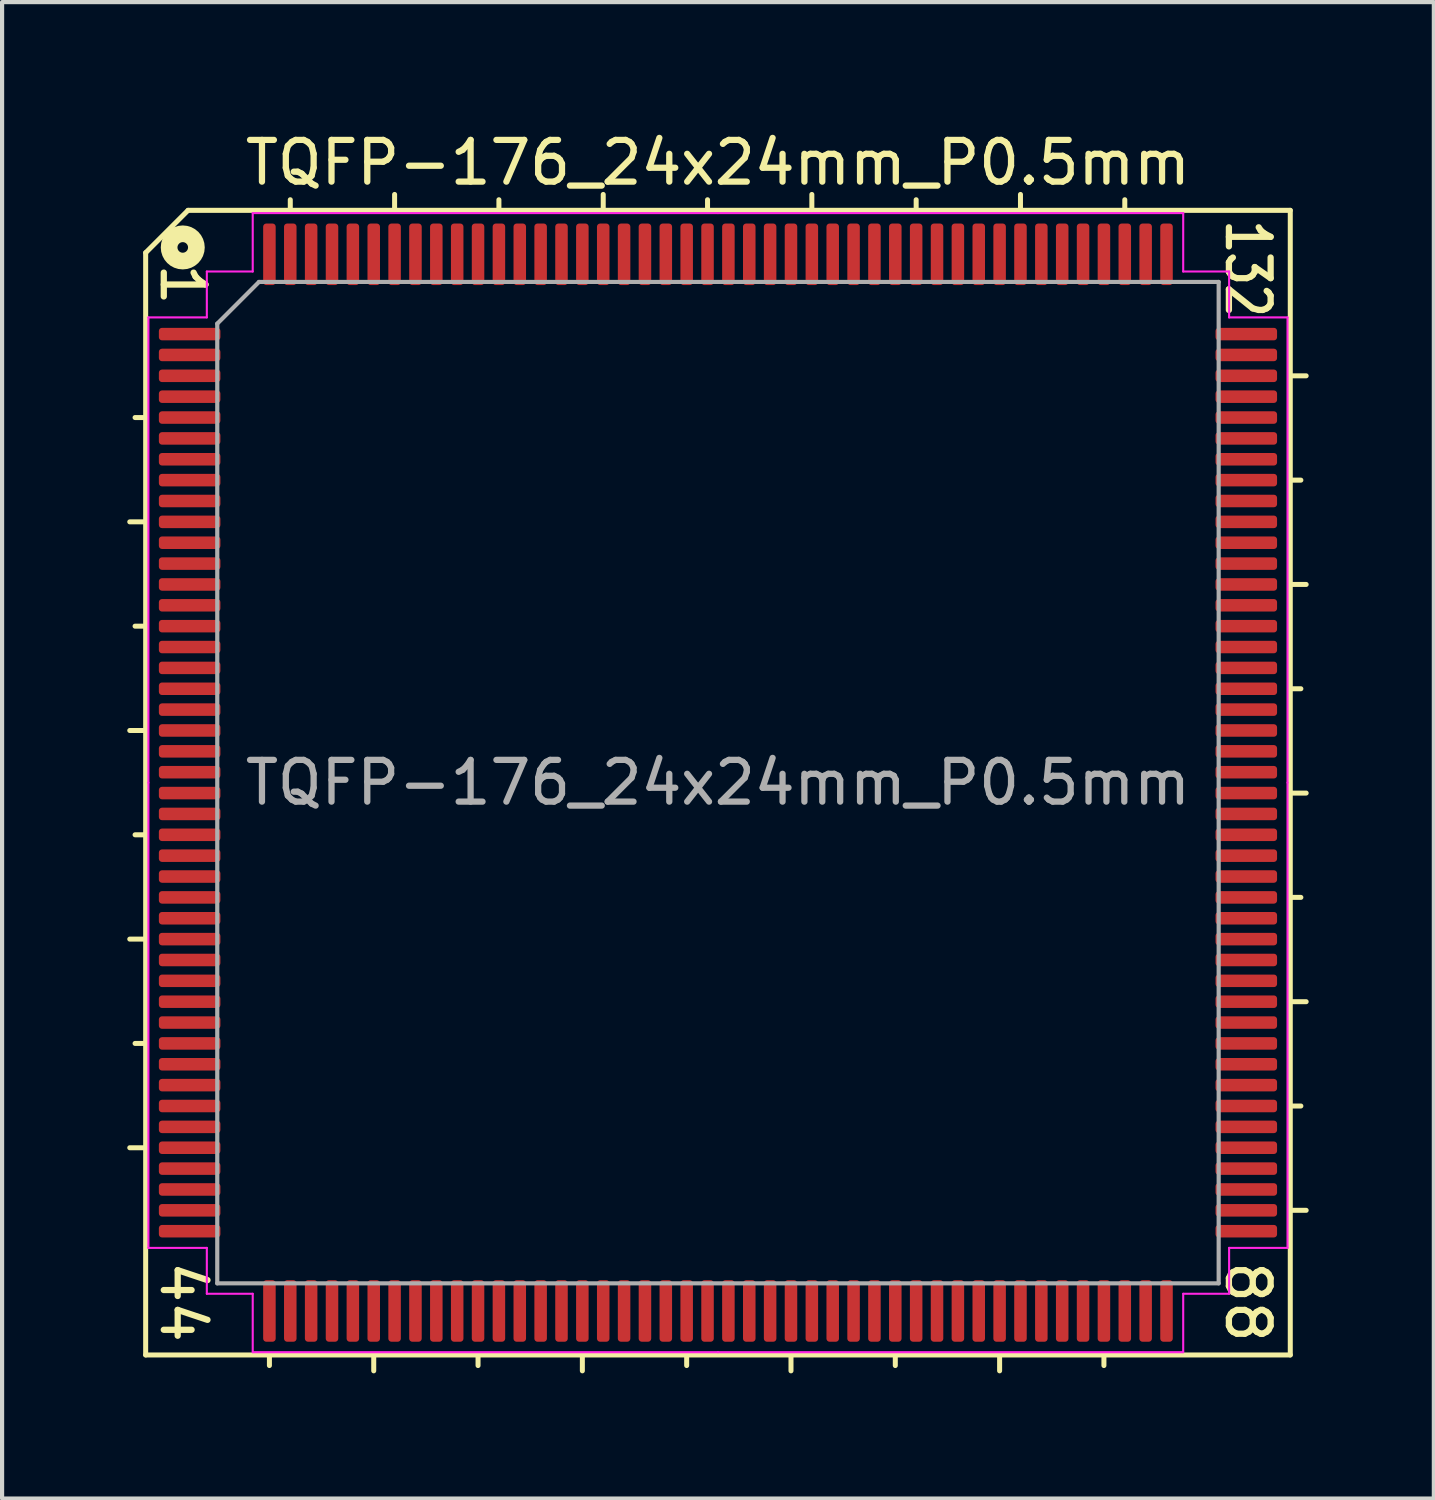
<source format=kicad_pcb>
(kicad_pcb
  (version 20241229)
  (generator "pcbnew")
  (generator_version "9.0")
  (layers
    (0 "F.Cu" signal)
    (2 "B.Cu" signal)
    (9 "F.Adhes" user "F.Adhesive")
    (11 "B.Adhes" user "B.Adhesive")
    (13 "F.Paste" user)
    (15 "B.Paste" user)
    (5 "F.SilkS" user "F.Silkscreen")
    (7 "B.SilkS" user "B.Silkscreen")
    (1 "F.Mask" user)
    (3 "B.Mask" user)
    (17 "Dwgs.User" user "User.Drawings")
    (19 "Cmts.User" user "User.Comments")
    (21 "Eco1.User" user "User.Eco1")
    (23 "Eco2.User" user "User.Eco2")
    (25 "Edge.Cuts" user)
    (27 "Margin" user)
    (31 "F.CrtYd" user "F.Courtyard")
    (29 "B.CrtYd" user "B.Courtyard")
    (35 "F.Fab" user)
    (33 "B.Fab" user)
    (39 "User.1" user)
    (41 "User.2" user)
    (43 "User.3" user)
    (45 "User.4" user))
  (footprint "TQFP-176_24x24mm_P0.5mm"
    (layer "F.Cu")
    (at 14.157 15.707)
    (property "Reference" "TQFP-176_24x24mm_P0.5mm" (at 0 -14.859 0) (layer "F.SilkS") (effects (font (size 1 1) (thickness 0.15))))
    (attr smd)
    (fp_line (start -13.716 -12.7) (end -13.716 13.716) (stroke (width 0.12) (type solid)) (layer "F.SilkS"))
    (fp_line (start -13.716 -8.75) (end -13.97 -8.75) (stroke (width 0.12) (type solid)) (layer "F.SilkS"))
    (fp_line (start -13.716 -6.25) (end -14.097 -6.25) (stroke (width 0.12) (type solid)) (layer "F.SilkS"))
    (fp_line (start -13.716 -3.75) (end -13.97 -3.75) (stroke (width 0.12) (type solid)) (layer "F.SilkS"))
    (fp_line (start -13.716 -1.25) (end -14.097 -1.25) (stroke (width 0.12) (type solid)) (layer "F.SilkS"))
    (fp_line (start -13.716 1.25) (end -13.97 1.25) (stroke (width 0.12) (type solid)) (layer "F.SilkS"))
    (fp_line (start -13.716 3.75) (end -14.097 3.75) (stroke (width 0.12) (type solid)) (layer "F.SilkS"))
    (fp_line (start -13.716 6.25) (end -13.97 6.25) (stroke (width 0.12) (type solid)) (layer "F.SilkS"))
    (fp_line (start -13.716 8.75) (end -14.097 8.75) (stroke (width 0.12) (type solid)) (layer "F.SilkS"))
    (fp_line (start -13.716 13.716) (end 13.716 13.716) (stroke (width 0.12) (type solid)) (layer "F.SilkS"))
    (fp_line (start -12.7 -13.716) (end -13.716 -12.7) (stroke (width 0.12) (type solid)) (layer "F.SilkS"))
    (fp_line (start -10.75 13.716) (end -10.75 13.97) (stroke (width 0.12) (type solid)) (layer "F.SilkS"))
    (fp_line (start -10.25 -13.716) (end -10.25 -13.97) (stroke (width 0.12) (type solid)) (layer "F.SilkS"))
    (fp_line (start -8.25 13.716) (end -8.25 14.097) (stroke (width 0.12) (type solid)) (layer "F.SilkS"))
    (fp_line (start -7.75 -13.716) (end -7.75 -14.097) (stroke (width 0.12) (type solid)) (layer "F.SilkS"))
    (fp_line (start -5.75 13.716) (end -5.75 13.97) (stroke (width 0.12) (type solid)) (layer "F.SilkS"))
    (fp_line (start -5.25 -13.716) (end -5.25 -13.97) (stroke (width 0.12) (type solid)) (layer "F.SilkS"))
    (fp_line (start -3.25 13.716) (end -3.25 14.097) (stroke (width 0.12) (type solid)) (layer "F.SilkS"))
    (fp_line (start -2.75 -13.716) (end -2.75 -14.097) (stroke (width 0.12) (type solid)) (layer "F.SilkS"))
    (fp_line (start -0.75 13.716) (end -0.75 13.97) (stroke (width 0.12) (type solid)) (layer "F.SilkS"))
    (fp_line (start -0.25 -13.716) (end -0.25 -13.97) (stroke (width 0.12) (type solid)) (layer "F.SilkS"))
    (fp_line (start 1.75 13.716) (end 1.75 14.097) (stroke (width 0.12) (type solid)) (layer "F.SilkS"))
    (fp_line (start 2.25 -13.716) (end 2.25 -14.097) (stroke (width 0.12) (type solid)) (layer "F.SilkS"))
    (fp_line (start 4.25 13.716) (end 4.25 13.97) (stroke (width 0.12) (type solid)) (layer "F.SilkS"))
    (fp_line (start 4.75 -13.716) (end 4.75 -13.97) (stroke (width 0.12) (type solid)) (layer "F.SilkS"))
    (fp_line (start 6.75 13.716) (end 6.75 14.097) (stroke (width 0.12) (type solid)) (layer "F.SilkS"))
    (fp_line (start 7.25 -13.716) (end 7.25 -14.097) (stroke (width 0.12) (type solid)) (layer "F.SilkS"))
    (fp_line (start 9.25 13.716) (end 9.25 13.97) (stroke (width 0.12) (type solid)) (layer "F.SilkS"))
    (fp_line (start 9.75 -13.716) (end 9.75 -13.97) (stroke (width 0.12) (type solid)) (layer "F.SilkS"))
    (fp_line (start 13.716 -13.716) (end -12.7 -13.716) (stroke (width 0.12) (type solid)) (layer "F.SilkS"))
    (fp_line (start 13.716 -9.75) (end 14.097 -9.75) (stroke (width 0.12) (type solid)) (layer "F.SilkS"))
    (fp_line (start 13.716 -7.25) (end 13.97 -7.25) (stroke (width 0.12) (type solid)) (layer "F.SilkS"))
    (fp_line (start 13.716 -4.75) (end 14.097 -4.75) (stroke (width 0.12) (type solid)) (layer "F.SilkS"))
    (fp_line (start 13.716 -2.25) (end 13.97 -2.25) (stroke (width 0.12) (type solid)) (layer "F.SilkS"))
    (fp_line (start 13.716 0.25) (end 14.097 0.25) (stroke (width 0.12) (type solid)) (layer "F.SilkS"))
    (fp_line (start 13.716 2.75) (end 13.97 2.75) (stroke (width 0.12) (type solid)) (layer "F.SilkS"))
    (fp_line (start 13.716 5.25) (end 14.097 5.25) (stroke (width 0.12) (type solid)) (layer "F.SilkS"))
    (fp_line (start 13.716 7.75) (end 13.97 7.75) (stroke (width 0.12) (type solid)) (layer "F.SilkS"))
    (fp_line (start 13.716 13.716) (end 13.716 -13.716) (stroke (width 0.12) (type solid)) (layer "F.SilkS"))
    (fp_line (start 14.097 10.25) (end 13.716 10.25) (stroke (width 0.12) (type solid)) (layer "F.SilkS"))
    (fp_circle (center -12.827 -12.827) (end -12.7 -12.827) (stroke (width 0.4) (type solid)) (fill no) (layer "F.SilkS"))
    (fp_line (start -13.65 -11.15) (end -13.65 0) (stroke (width 0.05) (type solid)) (layer "F.CrtYd"))
    (fp_line (start -13.65 11.15) (end -13.65 0) (stroke (width 0.05) (type solid)) (layer "F.CrtYd"))
    (fp_line (start -12.25 -12.25) (end -12.25 -11.15) (stroke (width 0.05) (type solid)) (layer "F.CrtYd"))
    (fp_line (start -12.25 -11.15) (end -13.65 -11.15) (stroke (width 0.05) (type solid)) (layer "F.CrtYd"))
    (fp_line (start -12.25 11.15) (end -13.65 11.15) (stroke (width 0.05) (type solid)) (layer "F.CrtYd"))
    (fp_line (start -12.25 12.25) (end -12.25 11.15) (stroke (width 0.05) (type solid)) (layer "F.CrtYd"))
    (fp_line (start -11.15 -13.65) (end -11.15 -12.25) (stroke (width 0.05) (type solid)) (layer "F.CrtYd"))
    (fp_line (start -11.15 -12.25) (end -12.25 -12.25) (stroke (width 0.05) (type solid)) (layer "F.CrtYd"))
    (fp_line (start -11.15 12.25) (end -12.25 12.25) (stroke (width 0.05) (type solid)) (layer "F.CrtYd"))
    (fp_line (start -11.15 13.65) (end -11.15 12.25) (stroke (width 0.05) (type solid)) (layer "F.CrtYd"))
    (fp_line (start 0 -13.65) (end -11.15 -13.65) (stroke (width 0.05) (type solid)) (layer "F.CrtYd"))
    (fp_line (start 0 -13.65) (end 11.15 -13.65) (stroke (width 0.05) (type solid)) (layer "F.CrtYd"))
    (fp_line (start 0 13.65) (end -11.15 13.65) (stroke (width 0.05) (type solid)) (layer "F.CrtYd"))
    (fp_line (start 0 13.65) (end 11.15 13.65) (stroke (width 0.05) (type solid)) (layer "F.CrtYd"))
    (fp_line (start 11.15 -13.65) (end 11.15 -12.25) (stroke (width 0.05) (type solid)) (layer "F.CrtYd"))
    (fp_line (start 11.15 -12.25) (end 12.25 -12.25) (stroke (width 0.05) (type solid)) (layer "F.CrtYd"))
    (fp_line (start 11.15 12.25) (end 12.25 12.25) (stroke (width 0.05) (type solid)) (layer "F.CrtYd"))
    (fp_line (start 11.15 13.65) (end 11.15 12.25) (stroke (width 0.05) (type solid)) (layer "F.CrtYd"))
    (fp_line (start 12.25 -12.25) (end 12.25 -11.15) (stroke (width 0.05) (type solid)) (layer "F.CrtYd"))
    (fp_line (start 12.25 -11.15) (end 13.65 -11.15) (stroke (width 0.05) (type solid)) (layer "F.CrtYd"))
    (fp_line (start 12.25 11.15) (end 13.65 11.15) (stroke (width 0.05) (type solid)) (layer "F.CrtYd"))
    (fp_line (start 12.25 12.25) (end 12.25 11.15) (stroke (width 0.05) (type solid)) (layer "F.CrtYd"))
    (fp_line (start 13.65 -11.15) (end 13.65 0) (stroke (width 0.05) (type solid)) (layer "F.CrtYd"))
    (fp_line (start 13.65 11.15) (end 13.65 0) (stroke (width 0.05) (type solid)) (layer "F.CrtYd"))
    (fp_line (start -12 -11) (end -11 -12) (stroke (width 0.1) (type solid)) (layer "F.Fab"))
    (fp_line (start -12 12) (end -12 -11) (stroke (width 0.1) (type solid)) (layer "F.Fab"))
    (fp_line (start -11 -12) (end 12 -12) (stroke (width 0.1) (type solid)) (layer "F.Fab"))
    (fp_line (start 12 -12) (end 12 12) (stroke (width 0.1) (type solid)) (layer "F.Fab"))
    (fp_line (start 12 12) (end -12 12) (stroke (width 0.1) (type solid)) (layer "F.Fab"))
    (fp_text user "44" (at -12.827 12.446 270) (unlocked yes) (layer "F.SilkS") (effects (font (size 1 1) (thickness 0.15))))
    (fp_text user "132" (at 12.7 -12.319 270) (unlocked yes) (layer "F.SilkS") (effects (font (size 1 0.8) (thickness 0.15))))
    (fp_text user "88" (at 12.7 12.446 270) (unlocked yes) (layer "F.SilkS") (effects (font (size 1 1) (thickness 0.15))))
    (fp_text user "1" (at -12.827 -11.938 270) (unlocked yes) (layer "F.SilkS") (effects (font (size 1 1) (thickness 0.15))))
    (fp_text user "${REFERENCE}" (at 0 0 0) (layer "F.Fab") (effects (font (size 1 1) (thickness 0.15))))
    (pad "1" smd roundrect (at -12.662 -10.75) (size 1.475 0.3) (layers "F.Cu" "F.Mask" "F.Paste") (roundrect_rratio 0.25))
    (pad "2" smd roundrect (at -12.662 -10.25) (size 1.475 0.3) (layers "F.Cu" "F.Mask" "F.Paste") (roundrect_rratio 0.25))
    (pad "3" smd roundrect (at -12.662 -9.75) (size 1.475 0.3) (layers "F.Cu" "F.Mask" "F.Paste") (roundrect_rratio 0.25))
    (pad "4" smd roundrect (at -12.662 -9.25) (size 1.475 0.3) (layers "F.Cu" "F.Mask" "F.Paste") (roundrect_rratio 0.25))
    (pad "5" smd roundrect (at -12.662 -8.75) (size 1.475 0.3) (layers "F.Cu" "F.Mask" "F.Paste") (roundrect_rratio 0.25))
    (pad "6" smd roundrect (at -12.662 -8.25) (size 1.475 0.3) (layers "F.Cu" "F.Mask" "F.Paste") (roundrect_rratio 0.25))
    (pad "7" smd roundrect (at -12.662 -7.75) (size 1.475 0.3) (layers "F.Cu" "F.Mask" "F.Paste") (roundrect_rratio 0.25))
    (pad "8" smd roundrect (at -12.662 -7.25) (size 1.475 0.3) (layers "F.Cu" "F.Mask" "F.Paste") (roundrect_rratio 0.25))
    (pad "9" smd roundrect (at -12.662 -6.75) (size 1.475 0.3) (layers "F.Cu" "F.Mask" "F.Paste") (roundrect_rratio 0.25))
    (pad "10" smd roundrect (at -12.662 -6.25) (size 1.475 0.3) (layers "F.Cu" "F.Mask" "F.Paste") (roundrect_rratio 0.25))
    (pad "11" smd roundrect (at -12.662 -5.75) (size 1.475 0.3) (layers "F.Cu" "F.Mask" "F.Paste") (roundrect_rratio 0.25))
    (pad "12" smd roundrect (at -12.662 -5.25) (size 1.475 0.3) (layers "F.Cu" "F.Mask" "F.Paste") (roundrect_rratio 0.25))
    (pad "13" smd roundrect (at -12.662 -4.75) (size 1.475 0.3) (layers "F.Cu" "F.Mask" "F.Paste") (roundrect_rratio 0.25))
    (pad "14" smd roundrect (at -12.662 -4.25) (size 1.475 0.3) (layers "F.Cu" "F.Mask" "F.Paste") (roundrect_rratio 0.25))
    (pad "15" smd roundrect (at -12.662 -3.75) (size 1.475 0.3) (layers "F.Cu" "F.Mask" "F.Paste") (roundrect_rratio 0.25))
    (pad "16" smd roundrect (at -12.662 -3.25) (size 1.475 0.3) (layers "F.Cu" "F.Mask" "F.Paste") (roundrect_rratio 0.25))
    (pad "17" smd roundrect (at -12.662 -2.75) (size 1.475 0.3) (layers "F.Cu" "F.Mask" "F.Paste") (roundrect_rratio 0.25))
    (pad "18" smd roundrect (at -12.662 -2.25) (size 1.475 0.3) (layers "F.Cu" "F.Mask" "F.Paste") (roundrect_rratio 0.25))
    (pad "19" smd roundrect (at -12.662 -1.75) (size 1.475 0.3) (layers "F.Cu" "F.Mask" "F.Paste") (roundrect_rratio 0.25))
    (pad "20" smd roundrect (at -12.662 -1.25) (size 1.475 0.3) (layers "F.Cu" "F.Mask" "F.Paste") (roundrect_rratio 0.25))
    (pad "21" smd roundrect (at -12.662 -0.75) (size 1.475 0.3) (layers "F.Cu" "F.Mask" "F.Paste") (roundrect_rratio 0.25))
    (pad "22" smd roundrect (at -12.662 -0.25) (size 1.475 0.3) (layers "F.Cu" "F.Mask" "F.Paste") (roundrect_rratio 0.25))
    (pad "23" smd roundrect (at -12.662 0.25) (size 1.475 0.3) (layers "F.Cu" "F.Mask" "F.Paste") (roundrect_rratio 0.25))
    (pad "24" smd roundrect (at -12.662 0.75) (size 1.475 0.3) (layers "F.Cu" "F.Mask" "F.Paste") (roundrect_rratio 0.25))
    (pad "25" smd roundrect (at -12.662 1.25) (size 1.475 0.3) (layers "F.Cu" "F.Mask" "F.Paste") (roundrect_rratio 0.25))
    (pad "26" smd roundrect (at -12.662 1.75) (size 1.475 0.3) (layers "F.Cu" "F.Mask" "F.Paste") (roundrect_rratio 0.25))
    (pad "27" smd roundrect (at -12.662 2.25) (size 1.475 0.3) (layers "F.Cu" "F.Mask" "F.Paste") (roundrect_rratio 0.25))
    (pad "28" smd roundrect (at -12.662 2.75) (size 1.475 0.3) (layers "F.Cu" "F.Mask" "F.Paste") (roundrect_rratio 0.25))
    (pad "29" smd roundrect (at -12.662 3.25) (size 1.475 0.3) (layers "F.Cu" "F.Mask" "F.Paste") (roundrect_rratio 0.25))
    (pad "30" smd roundrect (at -12.662 3.75) (size 1.475 0.3) (layers "F.Cu" "F.Mask" "F.Paste") (roundrect_rratio 0.25))
    (pad "31" smd roundrect (at -12.662 4.25) (size 1.475 0.3) (layers "F.Cu" "F.Mask" "F.Paste") (roundrect_rratio 0.25))
    (pad "32" smd roundrect (at -12.662 4.75) (size 1.475 0.3) (layers "F.Cu" "F.Mask" "F.Paste") (roundrect_rratio 0.25))
    (pad "33" smd roundrect (at -12.662 5.25) (size 1.475 0.3) (layers "F.Cu" "F.Mask" "F.Paste") (roundrect_rratio 0.25))
    (pad "34" smd roundrect (at -12.662 5.75) (size 1.475 0.3) (layers "F.Cu" "F.Mask" "F.Paste") (roundrect_rratio 0.25))
    (pad "35" smd roundrect (at -12.662 6.25) (size 1.475 0.3) (layers "F.Cu" "F.Mask" "F.Paste") (roundrect_rratio 0.25))
    (pad "36" smd roundrect (at -12.662 6.75) (size 1.475 0.3) (layers "F.Cu" "F.Mask" "F.Paste") (roundrect_rratio 0.25))
    (pad "37" smd roundrect (at -12.662 7.25) (size 1.475 0.3) (layers "F.Cu" "F.Mask" "F.Paste") (roundrect_rratio 0.25))
    (pad "38" smd roundrect (at -12.662 7.75) (size 1.475 0.3) (layers "F.Cu" "F.Mask" "F.Paste") (roundrect_rratio 0.25))
    (pad "39" smd roundrect (at -12.662 8.25) (size 1.475 0.3) (layers "F.Cu" "F.Mask" "F.Paste") (roundrect_rratio 0.25))
    (pad "40" smd roundrect (at -12.662 8.75) (size 1.475 0.3) (layers "F.Cu" "F.Mask" "F.Paste") (roundrect_rratio 0.25))
    (pad "41" smd roundrect (at -12.662 9.25) (size 1.475 0.3) (layers "F.Cu" "F.Mask" "F.Paste") (roundrect_rratio 0.25))
    (pad "42" smd roundrect (at -12.662 9.75) (size 1.475 0.3) (layers "F.Cu" "F.Mask" "F.Paste") (roundrect_rratio 0.25))
    (pad "43" smd roundrect (at -12.662 10.25) (size 1.475 0.3) (layers "F.Cu" "F.Mask" "F.Paste") (roundrect_rratio 0.25))
    (pad "44" smd roundrect (at -12.662 10.75) (size 1.475 0.3) (layers "F.Cu" "F.Mask" "F.Paste") (roundrect_rratio 0.25))
    (pad "45" smd roundrect (at -10.75 12.662) (size 0.3 1.475) (layers "F.Cu" "F.Mask" "F.Paste") (roundrect_rratio 0.25))
    (pad "46" smd roundrect (at -10.25 12.662) (size 0.3 1.475) (layers "F.Cu" "F.Mask" "F.Paste") (roundrect_rratio 0.25))
    (pad "47" smd roundrect (at -9.75 12.662) (size 0.3 1.475) (layers "F.Cu" "F.Mask" "F.Paste") (roundrect_rratio 0.25))
    (pad "48" smd roundrect (at -9.25 12.662) (size 0.3 1.475) (layers "F.Cu" "F.Mask" "F.Paste") (roundrect_rratio 0.25))
    (pad "49" smd roundrect (at -8.75 12.662) (size 0.3 1.475) (layers "F.Cu" "F.Mask" "F.Paste") (roundrect_rratio 0.25))
    (pad "50" smd roundrect (at -8.25 12.662) (size 0.3 1.475) (layers "F.Cu" "F.Mask" "F.Paste") (roundrect_rratio 0.25))
    (pad "51" smd roundrect (at -7.75 12.662) (size 0.3 1.475) (layers "F.Cu" "F.Mask" "F.Paste") (roundrect_rratio 0.25))
    (pad "52" smd roundrect (at -7.25 12.662) (size 0.3 1.475) (layers "F.Cu" "F.Mask" "F.Paste") (roundrect_rratio 0.25))
    (pad "53" smd roundrect (at -6.75 12.662) (size 0.3 1.475) (layers "F.Cu" "F.Mask" "F.Paste") (roundrect_rratio 0.25))
    (pad "54" smd roundrect (at -6.25 12.662) (size 0.3 1.475) (layers "F.Cu" "F.Mask" "F.Paste") (roundrect_rratio 0.25))
    (pad "55" smd roundrect (at -5.75 12.662) (size 0.3 1.475) (layers "F.Cu" "F.Mask" "F.Paste") (roundrect_rratio 0.25))
    (pad "56" smd roundrect (at -5.25 12.662) (size 0.3 1.475) (layers "F.Cu" "F.Mask" "F.Paste") (roundrect_rratio 0.25))
    (pad "57" smd roundrect (at -4.75 12.662) (size 0.3 1.475) (layers "F.Cu" "F.Mask" "F.Paste") (roundrect_rratio 0.25))
    (pad "58" smd roundrect (at -4.25 12.662) (size 0.3 1.475) (layers "F.Cu" "F.Mask" "F.Paste") (roundrect_rratio 0.25))
    (pad "59" smd roundrect (at -3.75 12.662) (size 0.3 1.475) (layers "F.Cu" "F.Mask" "F.Paste") (roundrect_rratio 0.25))
    (pad "60" smd roundrect (at -3.25 12.662) (size 0.3 1.475) (layers "F.Cu" "F.Mask" "F.Paste") (roundrect_rratio 0.25))
    (pad "61" smd roundrect (at -2.75 12.662) (size 0.3 1.475) (layers "F.Cu" "F.Mask" "F.Paste") (roundrect_rratio 0.25))
    (pad "62" smd roundrect (at -2.25 12.662) (size 0.3 1.475) (layers "F.Cu" "F.Mask" "F.Paste") (roundrect_rratio 0.25))
    (pad "63" smd roundrect (at -1.75 12.662) (size 0.3 1.475) (layers "F.Cu" "F.Mask" "F.Paste") (roundrect_rratio 0.25))
    (pad "64" smd roundrect (at -1.25 12.662) (size 0.3 1.475) (layers "F.Cu" "F.Mask" "F.Paste") (roundrect_rratio 0.25))
    (pad "65" smd roundrect (at -0.75 12.662) (size 0.3 1.475) (layers "F.Cu" "F.Mask" "F.Paste") (roundrect_rratio 0.25))
    (pad "66" smd roundrect (at -0.25 12.662) (size 0.3 1.475) (layers "F.Cu" "F.Mask" "F.Paste") (roundrect_rratio 0.25))
    (pad "67" smd roundrect (at 0.25 12.662) (size 0.3 1.475) (layers "F.Cu" "F.Mask" "F.Paste") (roundrect_rratio 0.25))
    (pad "68" smd roundrect (at 0.75 12.662) (size 0.3 1.475) (layers "F.Cu" "F.Mask" "F.Paste") (roundrect_rratio 0.25))
    (pad "69" smd roundrect (at 1.25 12.662) (size 0.3 1.475) (layers "F.Cu" "F.Mask" "F.Paste") (roundrect_rratio 0.25))
    (pad "70" smd roundrect (at 1.75 12.662) (size 0.3 1.475) (layers "F.Cu" "F.Mask" "F.Paste") (roundrect_rratio 0.25))
    (pad "71" smd roundrect (at 2.25 12.662) (size 0.3 1.475) (layers "F.Cu" "F.Mask" "F.Paste") (roundrect_rratio 0.25))
    (pad "72" smd roundrect (at 2.75 12.662) (size 0.3 1.475) (layers "F.Cu" "F.Mask" "F.Paste") (roundrect_rratio 0.25))
    (pad "73" smd roundrect (at 3.25 12.662) (size 0.3 1.475) (layers "F.Cu" "F.Mask" "F.Paste") (roundrect_rratio 0.25))
    (pad "74" smd roundrect (at 3.75 12.662) (size 0.3 1.475) (layers "F.Cu" "F.Mask" "F.Paste") (roundrect_rratio 0.25))
    (pad "75" smd roundrect (at 4.25 12.662) (size 0.3 1.475) (layers "F.Cu" "F.Mask" "F.Paste") (roundrect_rratio 0.25))
    (pad "76" smd roundrect (at 4.75 12.662) (size 0.3 1.475) (layers "F.Cu" "F.Mask" "F.Paste") (roundrect_rratio 0.25))
    (pad "77" smd roundrect (at 5.25 12.662) (size 0.3 1.475) (layers "F.Cu" "F.Mask" "F.Paste") (roundrect_rratio 0.25))
    (pad "78" smd roundrect (at 5.75 12.662) (size 0.3 1.475) (layers "F.Cu" "F.Mask" "F.Paste") (roundrect_rratio 0.25))
    (pad "79" smd roundrect (at 6.25 12.662) (size 0.3 1.475) (layers "F.Cu" "F.Mask" "F.Paste") (roundrect_rratio 0.25))
    (pad "80" smd roundrect (at 6.75 12.662) (size 0.3 1.475) (layers "F.Cu" "F.Mask" "F.Paste") (roundrect_rratio 0.25))
    (pad "81" smd roundrect (at 7.25 12.662) (size 0.3 1.475) (layers "F.Cu" "F.Mask" "F.Paste") (roundrect_rratio 0.25))
    (pad "82" smd roundrect (at 7.75 12.662) (size 0.3 1.475) (layers "F.Cu" "F.Mask" "F.Paste") (roundrect_rratio 0.25))
    (pad "83" smd roundrect (at 8.25 12.662) (size 0.3 1.475) (layers "F.Cu" "F.Mask" "F.Paste") (roundrect_rratio 0.25))
    (pad "84" smd roundrect (at 8.75 12.662) (size 0.3 1.475) (layers "F.Cu" "F.Mask" "F.Paste") (roundrect_rratio 0.25))
    (pad "85" smd roundrect (at 9.25 12.662) (size 0.3 1.475) (layers "F.Cu" "F.Mask" "F.Paste") (roundrect_rratio 0.25))
    (pad "86" smd roundrect (at 9.75 12.662) (size 0.3 1.475) (layers "F.Cu" "F.Mask" "F.Paste") (roundrect_rratio 0.25))
    (pad "87" smd roundrect (at 10.25 12.662) (size 0.3 1.475) (layers "F.Cu" "F.Mask" "F.Paste") (roundrect_rratio 0.25))
    (pad "88" smd roundrect (at 10.75 12.662) (size 0.3 1.475) (layers "F.Cu" "F.Mask" "F.Paste") (roundrect_rratio 0.25))
    (pad "89" smd roundrect (at 12.662 10.75) (size 1.475 0.3) (layers "F.Cu" "F.Mask" "F.Paste") (roundrect_rratio 0.25))
    (pad "90" smd roundrect (at 12.662 10.25) (size 1.475 0.3) (layers "F.Cu" "F.Mask" "F.Paste") (roundrect_rratio 0.25))
    (pad "91" smd roundrect (at 12.662 9.75) (size 1.475 0.3) (layers "F.Cu" "F.Mask" "F.Paste") (roundrect_rratio 0.25))
    (pad "92" smd roundrect (at 12.662 9.25) (size 1.475 0.3) (layers "F.Cu" "F.Mask" "F.Paste") (roundrect_rratio 0.25))
    (pad "93" smd roundrect (at 12.662 8.75) (size 1.475 0.3) (layers "F.Cu" "F.Mask" "F.Paste") (roundrect_rratio 0.25))
    (pad "94" smd roundrect (at 12.662 8.25) (size 1.475 0.3) (layers "F.Cu" "F.Mask" "F.Paste") (roundrect_rratio 0.25))
    (pad "95" smd roundrect (at 12.662 7.75) (size 1.475 0.3) (layers "F.Cu" "F.Mask" "F.Paste") (roundrect_rratio 0.25))
    (pad "96" smd roundrect (at 12.662 7.25) (size 1.475 0.3) (layers "F.Cu" "F.Mask" "F.Paste") (roundrect_rratio 0.25))
    (pad "97" smd roundrect (at 12.662 6.75) (size 1.475 0.3) (layers "F.Cu" "F.Mask" "F.Paste") (roundrect_rratio 0.25))
    (pad "98" smd roundrect (at 12.662 6.25) (size 1.475 0.3) (layers "F.Cu" "F.Mask" "F.Paste") (roundrect_rratio 0.25))
    (pad "99" smd roundrect (at 12.662 5.75) (size 1.475 0.3) (layers "F.Cu" "F.Mask" "F.Paste") (roundrect_rratio 0.25))
    (pad "100" smd roundrect (at 12.662 5.25) (size 1.475 0.3) (layers "F.Cu" "F.Mask" "F.Paste") (roundrect_rratio 0.25))
    (pad "101" smd roundrect (at 12.662 4.75) (size 1.475 0.3) (layers "F.Cu" "F.Mask" "F.Paste") (roundrect_rratio 0.25))
    (pad "102" smd roundrect (at 12.662 4.25) (size 1.475 0.3) (layers "F.Cu" "F.Mask" "F.Paste") (roundrect_rratio 0.25))
    (pad "103" smd roundrect (at 12.662 3.75) (size 1.475 0.3) (layers "F.Cu" "F.Mask" "F.Paste") (roundrect_rratio 0.25))
    (pad "104" smd roundrect (at 12.662 3.25) (size 1.475 0.3) (layers "F.Cu" "F.Mask" "F.Paste") (roundrect_rratio 0.25))
    (pad "105" smd roundrect (at 12.662 2.75) (size 1.475 0.3) (layers "F.Cu" "F.Mask" "F.Paste") (roundrect_rratio 0.25))
    (pad "106" smd roundrect (at 12.662 2.25) (size 1.475 0.3) (layers "F.Cu" "F.Mask" "F.Paste") (roundrect_rratio 0.25))
    (pad "107" smd roundrect (at 12.662 1.75) (size 1.475 0.3) (layers "F.Cu" "F.Mask" "F.Paste") (roundrect_rratio 0.25))
    (pad "108" smd roundrect (at 12.662 1.25) (size 1.475 0.3) (layers "F.Cu" "F.Mask" "F.Paste") (roundrect_rratio 0.25))
    (pad "109" smd roundrect (at 12.662 0.75) (size 1.475 0.3) (layers "F.Cu" "F.Mask" "F.Paste") (roundrect_rratio 0.25))
    (pad "110" smd roundrect (at 12.662 0.25) (size 1.475 0.3) (layers "F.Cu" "F.Mask" "F.Paste") (roundrect_rratio 0.25))
    (pad "111" smd roundrect (at 12.662 -0.25) (size 1.475 0.3) (layers "F.Cu" "F.Mask" "F.Paste") (roundrect_rratio 0.25))
    (pad "112" smd roundrect (at 12.662 -0.75) (size 1.475 0.3) (layers "F.Cu" "F.Mask" "F.Paste") (roundrect_rratio 0.25))
    (pad "113" smd roundrect (at 12.662 -1.25) (size 1.475 0.3) (layers "F.Cu" "F.Mask" "F.Paste") (roundrect_rratio 0.25))
    (pad "114" smd roundrect (at 12.662 -1.75) (size 1.475 0.3) (layers "F.Cu" "F.Mask" "F.Paste") (roundrect_rratio 0.25))
    (pad "115" smd roundrect (at 12.662 -2.25) (size 1.475 0.3) (layers "F.Cu" "F.Mask" "F.Paste") (roundrect_rratio 0.25))
    (pad "116" smd roundrect (at 12.662 -2.75) (size 1.475 0.3) (layers "F.Cu" "F.Mask" "F.Paste") (roundrect_rratio 0.25))
    (pad "117" smd roundrect (at 12.662 -3.25) (size 1.475 0.3) (layers "F.Cu" "F.Mask" "F.Paste") (roundrect_rratio 0.25))
    (pad "118" smd roundrect (at 12.662 -3.75) (size 1.475 0.3) (layers "F.Cu" "F.Mask" "F.Paste") (roundrect_rratio 0.25))
    (pad "119" smd roundrect (at 12.662 -4.25) (size 1.475 0.3) (layers "F.Cu" "F.Mask" "F.Paste") (roundrect_rratio 0.25))
    (pad "120" smd roundrect (at 12.662 -4.75) (size 1.475 0.3) (layers "F.Cu" "F.Mask" "F.Paste") (roundrect_rratio 0.25))
    (pad "121" smd roundrect (at 12.662 -5.25) (size 1.475 0.3) (layers "F.Cu" "F.Mask" "F.Paste") (roundrect_rratio 0.25))
    (pad "122" smd roundrect (at 12.662 -5.75) (size 1.475 0.3) (layers "F.Cu" "F.Mask" "F.Paste") (roundrect_rratio 0.25))
    (pad "123" smd roundrect (at 12.662 -6.25) (size 1.475 0.3) (layers "F.Cu" "F.Mask" "F.Paste") (roundrect_rratio 0.25))
    (pad "124" smd roundrect (at 12.662 -6.75) (size 1.475 0.3) (layers "F.Cu" "F.Mask" "F.Paste") (roundrect_rratio 0.25))
    (pad "125" smd roundrect (at 12.662 -7.25) (size 1.475 0.3) (layers "F.Cu" "F.Mask" "F.Paste") (roundrect_rratio 0.25))
    (pad "126" smd roundrect (at 12.662 -7.75) (size 1.475 0.3) (layers "F.Cu" "F.Mask" "F.Paste") (roundrect_rratio 0.25))
    (pad "127" smd roundrect (at 12.662 -8.25) (size 1.475 0.3) (layers "F.Cu" "F.Mask" "F.Paste") (roundrect_rratio 0.25))
    (pad "128" smd roundrect (at 12.662 -8.75) (size 1.475 0.3) (layers "F.Cu" "F.Mask" "F.Paste") (roundrect_rratio 0.25))
    (pad "129" smd roundrect (at 12.662 -9.25) (size 1.475 0.3) (layers "F.Cu" "F.Mask" "F.Paste") (roundrect_rratio 0.25))
    (pad "130" smd roundrect (at 12.662 -9.75) (size 1.475 0.3) (layers "F.Cu" "F.Mask" "F.Paste") (roundrect_rratio 0.25))
    (pad "131" smd roundrect (at 12.662 -10.25) (size 1.475 0.3) (layers "F.Cu" "F.Mask" "F.Paste") (roundrect_rratio 0.25))
    (pad "132" smd roundrect (at 12.662 -10.75) (size 1.475 0.3) (layers "F.Cu" "F.Mask" "F.Paste") (roundrect_rratio 0.25))
    (pad "133" smd roundrect (at 10.75 -12.662) (size 0.3 1.475) (layers "F.Cu" "F.Mask" "F.Paste") (roundrect_rratio 0.25))
    (pad "134" smd roundrect (at 10.25 -12.662) (size 0.3 1.475) (layers "F.Cu" "F.Mask" "F.Paste") (roundrect_rratio 0.25))
    (pad "135" smd roundrect (at 9.75 -12.662) (size 0.3 1.475) (layers "F.Cu" "F.Mask" "F.Paste") (roundrect_rratio 0.25))
    (pad "136" smd roundrect (at 9.25 -12.662) (size 0.3 1.475) (layers "F.Cu" "F.Mask" "F.Paste") (roundrect_rratio 0.25))
    (pad "137" smd roundrect (at 8.75 -12.662) (size 0.3 1.475) (layers "F.Cu" "F.Mask" "F.Paste") (roundrect_rratio 0.25))
    (pad "138" smd roundrect (at 8.25 -12.662) (size 0.3 1.475) (layers "F.Cu" "F.Mask" "F.Paste") (roundrect_rratio 0.25))
    (pad "139" smd roundrect (at 7.75 -12.662) (size 0.3 1.475) (layers "F.Cu" "F.Mask" "F.Paste") (roundrect_rratio 0.25))
    (pad "140" smd roundrect (at 7.25 -12.662) (size 0.3 1.475) (layers "F.Cu" "F.Mask" "F.Paste") (roundrect_rratio 0.25))
    (pad "141" smd roundrect (at 6.75 -12.662) (size 0.3 1.475) (layers "F.Cu" "F.Mask" "F.Paste") (roundrect_rratio 0.25))
    (pad "142" smd roundrect (at 6.25 -12.662) (size 0.3 1.475) (layers "F.Cu" "F.Mask" "F.Paste") (roundrect_rratio 0.25))
    (pad "143" smd roundrect (at 5.75 -12.662) (size 0.3 1.475) (layers "F.Cu" "F.Mask" "F.Paste") (roundrect_rratio 0.25))
    (pad "144" smd roundrect (at 5.25 -12.662) (size 0.3 1.475) (layers "F.Cu" "F.Mask" "F.Paste") (roundrect_rratio 0.25))
    (pad "145" smd roundrect (at 4.75 -12.662) (size 0.3 1.475) (layers "F.Cu" "F.Mask" "F.Paste") (roundrect_rratio 0.25))
    (pad "146" smd roundrect (at 4.25 -12.662) (size 0.3 1.475) (layers "F.Cu" "F.Mask" "F.Paste") (roundrect_rratio 0.25))
    (pad "147" smd roundrect (at 3.75 -12.662) (size 0.3 1.475) (layers "F.Cu" "F.Mask" "F.Paste") (roundrect_rratio 0.25))
    (pad "148" smd roundrect (at 3.25 -12.662) (size 0.3 1.475) (layers "F.Cu" "F.Mask" "F.Paste") (roundrect_rratio 0.25))
    (pad "149" smd roundrect (at 2.75 -12.662) (size 0.3 1.475) (layers "F.Cu" "F.Mask" "F.Paste") (roundrect_rratio 0.25))
    (pad "150" smd roundrect (at 2.25 -12.662) (size 0.3 1.475) (layers "F.Cu" "F.Mask" "F.Paste") (roundrect_rratio 0.25))
    (pad "151" smd roundrect (at 1.75 -12.662) (size 0.3 1.475) (layers "F.Cu" "F.Mask" "F.Paste") (roundrect_rratio 0.25))
    (pad "152" smd roundrect (at 1.25 -12.662) (size 0.3 1.475) (layers "F.Cu" "F.Mask" "F.Paste") (roundrect_rratio 0.25))
    (pad "153" smd roundrect (at 0.75 -12.662) (size 0.3 1.475) (layers "F.Cu" "F.Mask" "F.Paste") (roundrect_rratio 0.25))
    (pad "154" smd roundrect (at 0.25 -12.662) (size 0.3 1.475) (layers "F.Cu" "F.Mask" "F.Paste") (roundrect_rratio 0.25))
    (pad "155" smd roundrect (at -0.25 -12.662) (size 0.3 1.475) (layers "F.Cu" "F.Mask" "F.Paste") (roundrect_rratio 0.25))
    (pad "156" smd roundrect (at -0.75 -12.662) (size 0.3 1.475) (layers "F.Cu" "F.Mask" "F.Paste") (roundrect_rratio 0.25))
    (pad "157" smd roundrect (at -1.25 -12.662) (size 0.3 1.475) (layers "F.Cu" "F.Mask" "F.Paste") (roundrect_rratio 0.25))
    (pad "158" smd roundrect (at -1.75 -12.662) (size 0.3 1.475) (layers "F.Cu" "F.Mask" "F.Paste") (roundrect_rratio 0.25))
    (pad "159" smd roundrect (at -2.25 -12.662) (size 0.3 1.475) (layers "F.Cu" "F.Mask" "F.Paste") (roundrect_rratio 0.25))
    (pad "160" smd roundrect (at -2.75 -12.662) (size 0.3 1.475) (layers "F.Cu" "F.Mask" "F.Paste") (roundrect_rratio 0.25))
    (pad "161" smd roundrect (at -3.25 -12.662) (size 0.3 1.475) (layers "F.Cu" "F.Mask" "F.Paste") (roundrect_rratio 0.25))
    (pad "162" smd roundrect (at -3.75 -12.662) (size 0.3 1.475) (layers "F.Cu" "F.Mask" "F.Paste") (roundrect_rratio 0.25))
    (pad "163" smd roundrect (at -4.25 -12.662) (size 0.3 1.475) (layers "F.Cu" "F.Mask" "F.Paste") (roundrect_rratio 0.25))
    (pad "164" smd roundrect (at -4.75 -12.662) (size 0.3 1.475) (layers "F.Cu" "F.Mask" "F.Paste") (roundrect_rratio 0.25))
    (pad "165" smd roundrect (at -5.25 -12.662) (size 0.3 1.475) (layers "F.Cu" "F.Mask" "F.Paste") (roundrect_rratio 0.25))
    (pad "166" smd roundrect (at -5.75 -12.662) (size 0.3 1.475) (layers "F.Cu" "F.Mask" "F.Paste") (roundrect_rratio 0.25))
    (pad "167" smd roundrect (at -6.25 -12.662) (size 0.3 1.475) (layers "F.Cu" "F.Mask" "F.Paste") (roundrect_rratio 0.25))
    (pad "168" smd roundrect (at -6.75 -12.662) (size 0.3 1.475) (layers "F.Cu" "F.Mask" "F.Paste") (roundrect_rratio 0.25))
    (pad "169" smd roundrect (at -7.25 -12.662) (size 0.3 1.475) (layers "F.Cu" "F.Mask" "F.Paste") (roundrect_rratio 0.25))
    (pad "170" smd roundrect (at -7.75 -12.662) (size 0.3 1.475) (layers "F.Cu" "F.Mask" "F.Paste") (roundrect_rratio 0.25))
    (pad "171" smd roundrect (at -8.25 -12.662) (size 0.3 1.475) (layers "F.Cu" "F.Mask" "F.Paste") (roundrect_rratio 0.25))
    (pad "172" smd roundrect (at -8.75 -12.662) (size 0.3 1.475) (layers "F.Cu" "F.Mask" "F.Paste") (roundrect_rratio 0.25))
    (pad "173" smd roundrect (at -9.25 -12.662) (size 0.3 1.475) (layers "F.Cu" "F.Mask" "F.Paste") (roundrect_rratio 0.25))
    (pad "174" smd roundrect (at -9.75 -12.662) (size 0.3 1.475) (layers "F.Cu" "F.Mask" "F.Paste") (roundrect_rratio 0.25))
    (pad "175" smd roundrect (at -10.25 -12.662) (size 0.3 1.475) (layers "F.Cu" "F.Mask" "F.Paste") (roundrect_rratio 0.25))
    (pad "176" smd roundrect (at -10.75 -12.662) (size 0.3 1.475) (layers "F.Cu" "F.Mask" "F.Paste") (roundrect_rratio 0.25)))
  (gr_rect
    (start -3 -3)
    (end 31.314 32.864)
    (stroke (width 0.1) (type default))
    (fill no)
    (layer "Edge.Cuts")))
</source>
